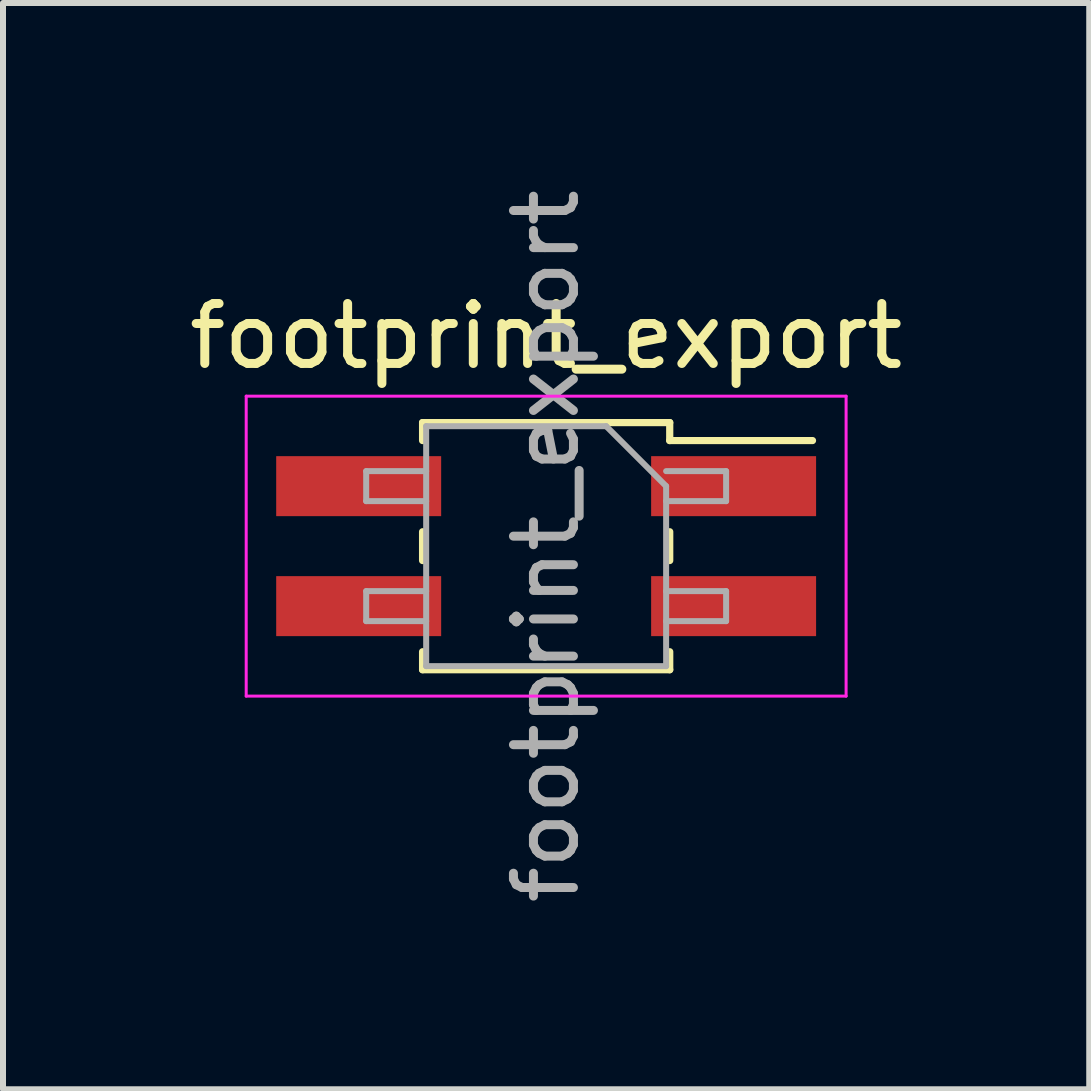
<source format=kicad_pcb>
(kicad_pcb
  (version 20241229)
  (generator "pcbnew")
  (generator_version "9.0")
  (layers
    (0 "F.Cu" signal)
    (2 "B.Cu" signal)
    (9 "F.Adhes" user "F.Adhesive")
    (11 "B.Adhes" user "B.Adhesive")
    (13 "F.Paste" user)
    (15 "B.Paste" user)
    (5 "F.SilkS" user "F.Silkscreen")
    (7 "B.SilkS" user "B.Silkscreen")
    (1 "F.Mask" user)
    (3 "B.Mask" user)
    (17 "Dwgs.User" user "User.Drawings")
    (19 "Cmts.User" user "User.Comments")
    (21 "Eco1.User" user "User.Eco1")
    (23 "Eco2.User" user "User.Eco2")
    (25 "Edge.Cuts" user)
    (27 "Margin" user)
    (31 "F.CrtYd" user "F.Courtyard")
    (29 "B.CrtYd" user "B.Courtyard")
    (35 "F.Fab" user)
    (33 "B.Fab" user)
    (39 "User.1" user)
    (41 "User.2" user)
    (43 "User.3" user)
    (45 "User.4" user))
  (footprint "footprint_export"
    (layer "F.Cu")
    (at 6.054 6.054)
    (property "Reference" "footprint_export" (at 0 -3.5 0) (layer "F.SilkS") (effects (font (size 1 1) (thickness 0.15))))
    (attr smd)
    (fp_line (start -2.06 -2.06) (end -2.06 -1.76) (stroke (width 0.12) (type solid)) (layer "F.SilkS"))
    (fp_line (start -2.06 -2.06) (end 2.06 -2.06) (stroke (width 0.12) (type solid)) (layer "F.SilkS"))
    (fp_line (start -2.06 -0.24) (end -2.06 0.24) (stroke (width 0.12) (type solid)) (layer "F.SilkS"))
    (fp_line (start -2.06 1.76) (end -2.06 2.06) (stroke (width 0.12) (type solid)) (layer "F.SilkS"))
    (fp_line (start -2.06 2.06) (end 2.06 2.06) (stroke (width 0.12) (type solid)) (layer "F.SilkS"))
    (fp_line (start 2.06 -2.06) (end 2.06 -1.76) (stroke (width 0.12) (type solid)) (layer "F.SilkS"))
    (fp_line (start 2.06 -1.76) (end 4.44 -1.76) (stroke (width 0.12) (type solid)) (layer "F.SilkS"))
    (fp_line (start 2.06 -0.24) (end 2.06 0.24) (stroke (width 0.12) (type solid)) (layer "F.SilkS"))
    (fp_line (start 2.06 1.76) (end 2.06 2.06) (stroke (width 0.12) (type solid)) (layer "F.SilkS"))
    (fp_line (start -5 -2.5) (end 5 -2.5) (stroke (width 0.05) (type solid)) (layer "F.CrtYd"))
    (fp_line (start -5 2.5) (end -5 -2.5) (stroke (width 0.05) (type solid)) (layer "F.CrtYd"))
    (fp_line (start 5 -2.5) (end 5 2.5) (stroke (width 0.05) (type solid)) (layer "F.CrtYd"))
    (fp_line (start 5 2.5) (end -5 2.5) (stroke (width 0.05) (type solid)) (layer "F.CrtYd"))
    (fp_line (start -3 -1.25) (end -2 -1.25) (stroke (width 0.1) (type solid)) (layer "F.Fab"))
    (fp_line (start -3 -0.75) (end -3 -1.25) (stroke (width 0.1) (type solid)) (layer "F.Fab"))
    (fp_line (start -3 0.75) (end -2 0.75) (stroke (width 0.1) (type solid)) (layer "F.Fab"))
    (fp_line (start -3 1.25) (end -3 0.75) (stroke (width 0.1) (type solid)) (layer "F.Fab"))
    (fp_line (start -2 -2) (end 1 -2) (stroke (width 0.1) (type solid)) (layer "F.Fab"))
    (fp_line (start -2 -0.75) (end -3 -0.75) (stroke (width 0.1) (type solid)) (layer "F.Fab"))
    (fp_line (start -2 1.25) (end -3 1.25) (stroke (width 0.1) (type solid)) (layer "F.Fab"))
    (fp_line (start -2 2) (end -2 -2) (stroke (width 0.1) (type solid)) (layer "F.Fab"))
    (fp_line (start 1 -2) (end 2 -1) (stroke (width 0.1) (type solid)) (layer "F.Fab"))
    (fp_line (start 2 -1.25) (end 3 -1.25) (stroke (width 0.1) (type solid)) (layer "F.Fab"))
    (fp_line (start 2 -1) (end 2 2) (stroke (width 0.1) (type solid)) (layer "F.Fab"))
    (fp_line (start 2 0.75) (end 3 0.75) (stroke (width 0.1) (type solid)) (layer "F.Fab"))
    (fp_line (start 2 2) (end -2 2) (stroke (width 0.1) (type solid)) (layer "F.Fab"))
    (fp_line (start 3 -1.25) (end 3 -0.75) (stroke (width 0.1) (type solid)) (layer "F.Fab"))
    (fp_line (start 3 -0.75) (end 2 -0.75) (stroke (width 0.1) (type solid)) (layer "F.Fab"))
    (fp_line (start 3 0.75) (end 3 1.25) (stroke (width 0.1) (type solid)) (layer "F.Fab"))
    (fp_line (start 3 1.25) (end 2 1.25) (stroke (width 0.1) (type solid)) (layer "F.Fab"))
    (fp_text user "${REFERENCE}" (at 0 0 90) (layer "F.Fab") (effects (font (size 1 1) (thickness 0.15))))
    (pad "1" smd rect (at 3.125 -1) (size 2.75 1) (layers "F.Cu" "F.Mask" "F.Paste"))
    (pad "2" smd rect (at -3.125 -1) (size 2.75 1) (layers "F.Cu" "F.Mask" "F.Paste"))
    (pad "3" smd rect (at 3.125 1) (size 2.75 1) (layers "F.Cu" "F.Mask" "F.Paste"))
    (pad "4" smd rect (at -3.125 1) (size 2.75 1) (layers "F.Cu" "F.Mask" "F.Paste")))
  (gr_rect
    (start -3 -3)
    (end 15.107 15.107)
    (stroke (width 0.1) (type default))
    (fill no)
    (layer "Edge.Cuts")))
</source>
